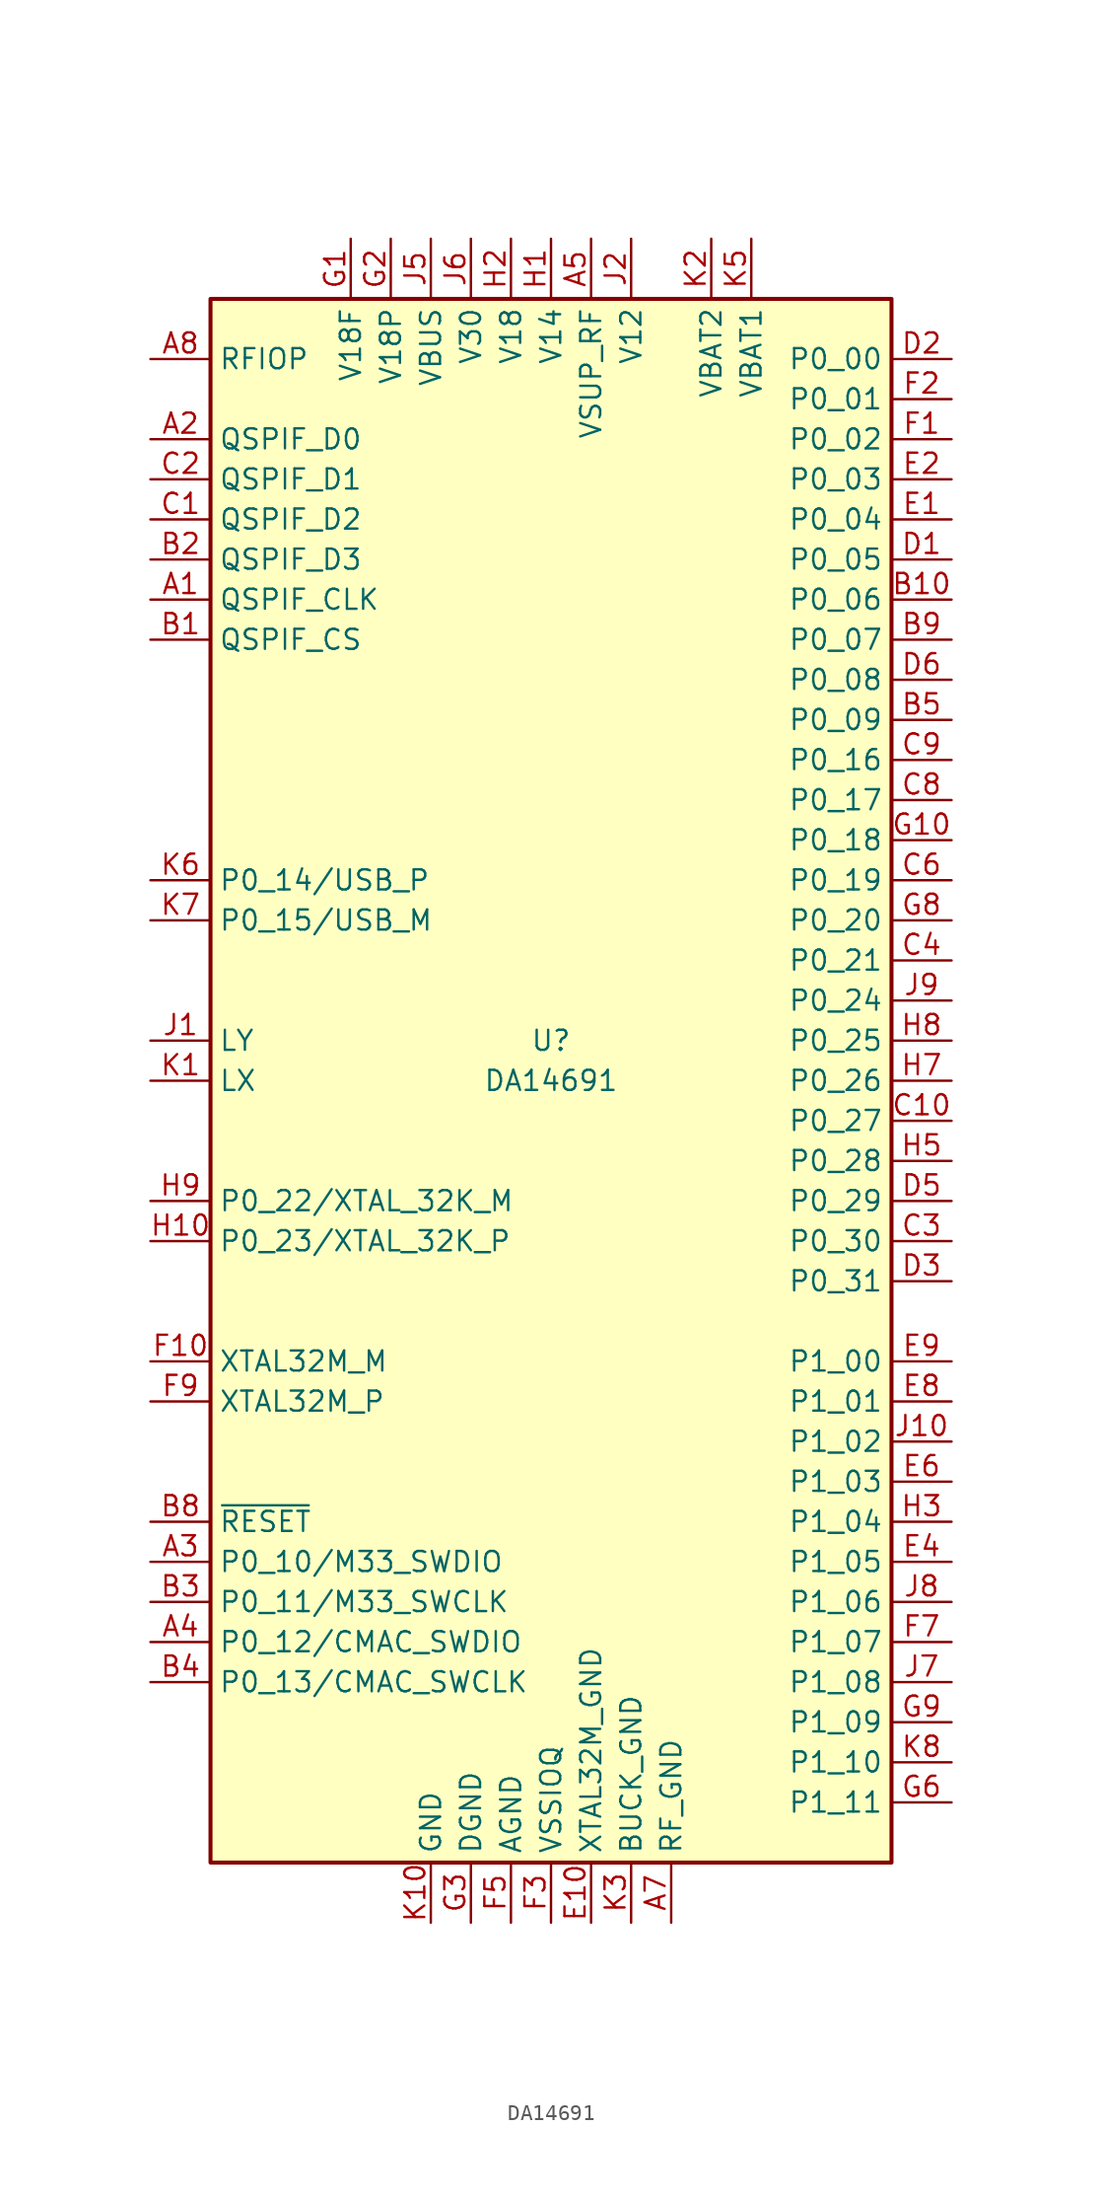
<source format=kicad_sym>
(kicad_symbol_lib
  (version 20200908)
  (generator kicad_symbol_editor)
  (symbol "MCU_Dialog:DA14691"
    (property "Reference" "U"
      (at 0 2.54 0)
      (effects (font (size 1.27 1.27))))
    (property "Value" "DA14691"
      (at 0 0 0)
      (effects (font (size 1.27 1.27))))
    (symbol "DA14691_1_1"
      (rectangle (start -21.59 49.53) (end 21.59 -49.53) (stroke (width 0.254)) (fill (type background)))
      (pin output line (at -25.4 30.48 0) (length 3.81) (name "QSPIF_CLK" (effects (font (size 1.27 1.27)))) (number "A1" (effects (font (size 1.27 1.27)))))
      (pin passive line (at 7.62 -53.34 90) (length 3.81) hide (name "RF_GND" (effects (font (size 1.27 1.27)))) (number "A10" (effects (font (size 1.27 1.27)))))
      (pin bidirectional line (at -25.4 40.64 0) (length 3.81) (name "QSPIF_D0" (effects (font (size 1.27 1.27)))) (number "A2" (effects (font (size 1.27 1.27)))))
      (pin bidirectional line (at -25.4 -30.48 0) (length 3.81) (name "P0_10/M33_SWDIO" (effects (font (size 1.27 1.27)))) (number "A3" (effects (font (size 1.27 1.27)))))
      (pin bidirectional line (at -25.4 -35.56 0) (length 3.81) (name "P0_12/CMAC_SWDIO" (effects (font (size 1.27 1.27)))) (number "A4" (effects (font (size 1.27 1.27)))))
      (pin power_in line (at 2.54 53.34 270) (length 3.81) (name "VSUP_RF" (effects (font (size 1.27 1.27)))) (number "A5" (effects (font (size 1.27 1.27)))))
      (pin passive line (at 7.62 -53.34 90) (length 3.81) hide (name "RF_GND" (effects (font (size 1.27 1.27)))) (number "A6" (effects (font (size 1.27 1.27)))))
      (pin power_in line (at 7.62 -53.34 90) (length 3.81) (name "RF_GND" (effects (font (size 1.27 1.27)))) (number "A7" (effects (font (size 1.27 1.27)))))
      (pin bidirectional line (at -25.4 45.72 0) (length 3.81) (name "RFIOP" (effects (font (size 1.27 1.27)))) (number "A8" (effects (font (size 1.27 1.27)))))
      (pin passive line (at 7.62 -53.34 90) (length 3.81) hide (name "RF_GND" (effects (font (size 1.27 1.27)))) (number "A9" (effects (font (size 1.27 1.27)))))
      (pin output line (at -25.4 27.94 0) (length 3.81) (name "QSPIF_CS" (effects (font (size 1.27 1.27)))) (number "B1" (effects (font (size 1.27 1.27)))))
      (pin bidirectional line (at 25.4 30.48 180) (length 3.81) (name "P0_06" (effects (font (size 1.27 1.27)))) (number "B10" (effects (font (size 1.27 1.27)))))
      (pin bidirectional line (at -25.4 33.02 0) (length 3.81) (name "QSPIF_D3" (effects (font (size 1.27 1.27)))) (number "B2" (effects (font (size 1.27 1.27)))))
      (pin bidirectional line (at -25.4 -33.02 0) (length 3.81) (name "P0_11/M33_SWCLK" (effects (font (size 1.27 1.27)))) (number "B3" (effects (font (size 1.27 1.27)))))
      (pin bidirectional line (at -25.4 -38.1 0) (length 3.81) (name "P0_13/CMAC_SWCLK" (effects (font (size 1.27 1.27)))) (number "B4" (effects (font (size 1.27 1.27)))))
      (pin bidirectional line (at 25.4 22.86 180) (length 3.81) (name "P0_09" (effects (font (size 1.27 1.27)))) (number "B5" (effects (font (size 1.27 1.27)))))
      (pin passive line (at 7.62 -53.34 90) (length 3.81) hide (name "RF_GND" (effects (font (size 1.27 1.27)))) (number "B7" (effects (font (size 1.27 1.27)))))
      (pin input line (at -25.4 -27.94 0) (length 3.81) (name "~RESET" (effects (font (size 1.27 1.27)))) (number "B8" (effects (font (size 1.27 1.27)))))
      (pin bidirectional line (at 25.4 27.94 180) (length 3.81) (name "P0_07" (effects (font (size 1.27 1.27)))) (number "B9" (effects (font (size 1.27 1.27)))))
      (pin bidirectional line (at -25.4 35.56 0) (length 3.81) (name "QSPIF_D2" (effects (font (size 1.27 1.27)))) (number "C1" (effects (font (size 1.27 1.27)))))
      (pin bidirectional line (at 25.4 -2.54 180) (length 3.81) (name "P0_27" (effects (font (size 1.27 1.27)))) (number "C10" (effects (font (size 1.27 1.27)))))
      (pin bidirectional line (at -25.4 38.1 0) (length 3.81) (name "QSPIF_D1" (effects (font (size 1.27 1.27)))) (number "C2" (effects (font (size 1.27 1.27)))))
      (pin bidirectional line (at 25.4 -10.16 180) (length 3.81) (name "P0_30" (effects (font (size 1.27 1.27)))) (number "C3" (effects (font (size 1.27 1.27)))))
      (pin bidirectional line (at 25.4 7.62 180) (length 3.81) (name "P0_21" (effects (font (size 1.27 1.27)))) (number "C4" (effects (font (size 1.27 1.27)))))
      (pin bidirectional line (at 25.4 12.7 180) (length 3.81) (name "P0_19" (effects (font (size 1.27 1.27)))) (number "C6" (effects (font (size 1.27 1.27)))))
      (pin bidirectional line (at 25.4 17.78 180) (length 3.81) (name "P0_17" (effects (font (size 1.27 1.27)))) (number "C8" (effects (font (size 1.27 1.27)))))
      (pin bidirectional line (at 25.4 20.32 180) (length 3.81) (name "P0_16" (effects (font (size 1.27 1.27)))) (number "C9" (effects (font (size 1.27 1.27)))))
      (pin bidirectional line (at 25.4 33.02 180) (length 3.81) (name "P0_05" (effects (font (size 1.27 1.27)))) (number "D1" (effects (font (size 1.27 1.27)))))
      (pin passive line (at 7.62 -53.34 90) (length 3.81) hide (name "RF_GND" (effects (font (size 1.27 1.27)))) (number "D10" (effects (font (size 1.27 1.27)))))
      (pin bidirectional line (at 25.4 45.72 180) (length 3.81) (name "P0_00" (effects (font (size 1.27 1.27)))) (number "D2" (effects (font (size 1.27 1.27)))))
      (pin bidirectional line (at 25.4 -12.7 180) (length 3.81) (name "P0_31" (effects (font (size 1.27 1.27)))) (number "D3" (effects (font (size 1.27 1.27)))))
      (pin bidirectional line (at 25.4 -7.62 180) (length 3.81) (name "P0_29" (effects (font (size 1.27 1.27)))) (number "D5" (effects (font (size 1.27 1.27)))))
      (pin bidirectional line (at 25.4 25.4 180) (length 3.81) (name "P0_08" (effects (font (size 1.27 1.27)))) (number "D6" (effects (font (size 1.27 1.27)))))
      (pin passive line (at 7.62 -53.34 90) (length 3.81) hide (name "RF_GND" (effects (font (size 1.27 1.27)))) (number "D9" (effects (font (size 1.27 1.27)))))
      (pin bidirectional line (at 25.4 35.56 180) (length 3.81) (name "P0_04" (effects (font (size 1.27 1.27)))) (number "E1" (effects (font (size 1.27 1.27)))))
      (pin passive line (at 2.54 -53.34 90) (length 3.81) (name "XTAL32M_GND" (effects (font (size 1.27 1.27)))) (number "E10" (effects (font (size 1.27 1.27)))))
      (pin bidirectional line (at 25.4 38.1 180) (length 3.81) (name "P0_03" (effects (font (size 1.27 1.27)))) (number "E2" (effects (font (size 1.27 1.27)))))
      (pin bidirectional line (at 25.4 -30.48 180) (length 3.81) (name "P1_05" (effects (font (size 1.27 1.27)))) (number "E4" (effects (font (size 1.27 1.27)))))
      (pin bidirectional line (at 25.4 -25.4 180) (length 3.81) (name "P1_03" (effects (font (size 1.27 1.27)))) (number "E6" (effects (font (size 1.27 1.27)))))
      (pin bidirectional line (at 25.4 -20.32 180) (length 3.81) (name "P1_01" (effects (font (size 1.27 1.27)))) (number "E8" (effects (font (size 1.27 1.27)))))
      (pin bidirectional line (at 25.4 -17.78 180) (length 3.81) (name "P1_00" (effects (font (size 1.27 1.27)))) (number "E9" (effects (font (size 1.27 1.27)))))
      (pin bidirectional line (at 25.4 40.64 180) (length 3.81) (name "P0_02" (effects (font (size 1.27 1.27)))) (number "F1" (effects (font (size 1.27 1.27)))))
      (pin output line (at -25.4 -17.78 0) (length 3.81) (name "XTAL32M_M" (effects (font (size 1.27 1.27)))) (number "F10" (effects (font (size 1.27 1.27)))))
      (pin bidirectional line (at 25.4 43.18 180) (length 3.81) (name "P0_01" (effects (font (size 1.27 1.27)))) (number "F2" (effects (font (size 1.27 1.27)))))
      (pin power_in line (at 0 -53.34 90) (length 3.81) (name "VSSIOQ" (effects (font (size 1.27 1.27)))) (number "F3" (effects (font (size 1.27 1.27)))))
      (pin passive line (at -5.08 -53.34 90) (length 3.81) hide (name "DGND" (effects (font (size 1.27 1.27)))) (number "F4" (effects (font (size 1.27 1.27)))))
      (pin power_in line (at -2.54 -53.34 90) (length 3.81) (name "AGND" (effects (font (size 1.27 1.27)))) (number "F5" (effects (font (size 1.27 1.27)))))
      (pin bidirectional line (at 25.4 -35.56 180) (length 3.81) (name "P1_07" (effects (font (size 1.27 1.27)))) (number "F7" (effects (font (size 1.27 1.27)))))
      (pin input line (at -25.4 -20.32 0) (length 3.81) (name "XTAL32M_P" (effects (font (size 1.27 1.27)))) (number "F9" (effects (font (size 1.27 1.27)))))
      (pin power_out line (at -12.7 53.34 270) (length 3.81) (name "V18F" (effects (font (size 1.27 1.27)))) (number "G1" (effects (font (size 1.27 1.27)))))
      (pin bidirectional line (at 25.4 15.24 180) (length 3.81) (name "P0_18" (effects (font (size 1.27 1.27)))) (number "G10" (effects (font (size 1.27 1.27)))))
      (pin power_out line (at -10.16 53.34 270) (length 3.81) (name "V18P" (effects (font (size 1.27 1.27)))) (number "G2" (effects (font (size 1.27 1.27)))))
      (pin power_in line (at -5.08 -53.34 90) (length 3.81) (name "DGND" (effects (font (size 1.27 1.27)))) (number "G3" (effects (font (size 1.27 1.27)))))
      (pin passive line (at -5.08 -53.34 90) (length 3.81) hide (name "DGND" (effects (font (size 1.27 1.27)))) (number "G4" (effects (font (size 1.27 1.27)))))
      (pin passive line (at -2.54 -53.34 90) (length 3.81) hide (name "AGND" (effects (font (size 1.27 1.27)))) (number "G5" (effects (font (size 1.27 1.27)))))
      (pin bidirectional line (at 25.4 -45.72 180) (length 3.81) (name "P1_11" (effects (font (size 1.27 1.27)))) (number "G6" (effects (font (size 1.27 1.27)))))
      (pin bidirectional line (at 25.4 10.16 180) (length 3.81) (name "P0_20" (effects (font (size 1.27 1.27)))) (number "G8" (effects (font (size 1.27 1.27)))))
      (pin bidirectional line (at 25.4 -40.64 180) (length 3.81) (name "P1_09" (effects (font (size 1.27 1.27)))) (number "G9" (effects (font (size 1.27 1.27)))))
      (pin power_out line (at 0 53.34 270) (length 3.81) (name "V14" (effects (font (size 1.27 1.27)))) (number "H1" (effects (font (size 1.27 1.27)))))
      (pin bidirectional line (at -25.4 -10.16 0) (length 3.81) (name "P0_23/XTAL_32K_P" (effects (font (size 1.27 1.27)))) (number "H10" (effects (font (size 1.27 1.27)))))
      (pin power_out line (at -2.54 53.34 270) (length 3.81) (name "V18" (effects (font (size 1.27 1.27)))) (number "H2" (effects (font (size 1.27 1.27)))))
      (pin bidirectional line (at 25.4 -27.94 180) (length 3.81) (name "P1_04" (effects (font (size 1.27 1.27)))) (number "H3" (effects (font (size 1.27 1.27)))))
      (pin bidirectional line (at 25.4 -5.08 180) (length 3.81) (name "P0_28" (effects (font (size 1.27 1.27)))) (number "H5" (effects (font (size 1.27 1.27)))))
      (pin bidirectional line (at 25.4 0 180) (length 3.81) (name "P0_26" (effects (font (size 1.27 1.27)))) (number "H7" (effects (font (size 1.27 1.27)))))
      (pin bidirectional line (at 25.4 2.54 180) (length 3.81) (name "P0_25" (effects (font (size 1.27 1.27)))) (number "H8" (effects (font (size 1.27 1.27)))))
      (pin bidirectional line (at -25.4 -7.62 0) (length 3.81) (name "P0_22/XTAL_32K_M" (effects (font (size 1.27 1.27)))) (number "H9" (effects (font (size 1.27 1.27)))))
      (pin passive line (at -25.4 2.54 0) (length 3.81) (name "LY" (effects (font (size 1.27 1.27)))) (number "J1" (effects (font (size 1.27 1.27)))))
      (pin bidirectional line (at 25.4 -22.86 180) (length 3.81) (name "P1_02" (effects (font (size 1.27 1.27)))) (number "J10" (effects (font (size 1.27 1.27)))))
      (pin power_out line (at 5.08 53.34 270) (length 3.81) (name "V12" (effects (font (size 1.27 1.27)))) (number "J2" (effects (font (size 1.27 1.27)))))
      (pin passive line (at -7.62 -53.34 90) (length 3.81) hide (name "GND" (effects (font (size 1.27 1.27)))) (number "J3" (effects (font (size 1.27 1.27)))))
      (pin unconnected line (at -20.32 -45.72 0) (length 3.81) hide (name "NC" (effects (font (size 1.27 1.27)))) (number "J4" (effects (font (size 1.27 1.27)))))
      (pin power_in line (at -7.62 53.34 270) (length 3.81) (name "VBUS" (effects (font (size 1.27 1.27)))) (number "J5" (effects (font (size 1.27 1.27)))))
      (pin power_out line (at -5.08 53.34 270) (length 3.81) (name "V30" (effects (font (size 1.27 1.27)))) (number "J6" (effects (font (size 1.27 1.27)))))
      (pin bidirectional line (at 25.4 -38.1 180) (length 3.81) (name "P1_08" (effects (font (size 1.27 1.27)))) (number "J7" (effects (font (size 1.27 1.27)))))
      (pin bidirectional line (at 25.4 -33.02 180) (length 3.81) (name "P1_06" (effects (font (size 1.27 1.27)))) (number "J8" (effects (font (size 1.27 1.27)))))
      (pin bidirectional line (at 25.4 5.08 180) (length 3.81) (name "P0_24" (effects (font (size 1.27 1.27)))) (number "J9" (effects (font (size 1.27 1.27)))))
      (pin passive line (at -25.4 0 0) (length 3.81) (name "LX" (effects (font (size 1.27 1.27)))) (number "K1" (effects (font (size 1.27 1.27)))))
      (pin power_in line (at -7.62 -53.34 90) (length 3.81) (name "GND" (effects (font (size 1.27 1.27)))) (number "K10" (effects (font (size 1.27 1.27)))))
      (pin power_out line (at 10.16 53.34 270) (length 3.81) (name "VBAT2" (effects (font (size 1.27 1.27)))) (number "K2" (effects (font (size 1.27 1.27)))))
      (pin power_in line (at 5.08 -53.34 90) (length 3.81) (name "BUCK_GND" (effects (font (size 1.27 1.27)))) (number "K3" (effects (font (size 1.27 1.27)))))
      (pin unconnected line (at -20.32 -48.26 0) (length 3.81) hide (name "NC" (effects (font (size 1.27 1.27)))) (number "K4" (effects (font (size 1.27 1.27)))))
      (pin power_out line (at 12.7 53.34 270) (length 3.81) (name "VBAT1" (effects (font (size 1.27 1.27)))) (number "K5" (effects (font (size 1.27 1.27)))))
      (pin bidirectional line (at -25.4 12.7 0) (length 3.81) (name "P0_14/USB_P" (effects (font (size 1.27 1.27)))) (number "K6" (effects (font (size 1.27 1.27)))))
      (pin bidirectional line (at -25.4 10.16 0) (length 3.81) (name "P0_15/USB_M" (effects (font (size 1.27 1.27)))) (number "K7" (effects (font (size 1.27 1.27)))))
      (pin bidirectional line (at 25.4 -43.18 180) (length 3.81) (name "P1_10" (effects (font (size 1.27 1.27)))) (number "K8" (effects (font (size 1.27 1.27)))))
      (pin passive line (at -7.62 -53.34 90) (length 3.81) hide (name "GND" (effects (font (size 1.27 1.27)))) (number "K9" (effects (font (size 1.27 1.27))))))))
</source>
